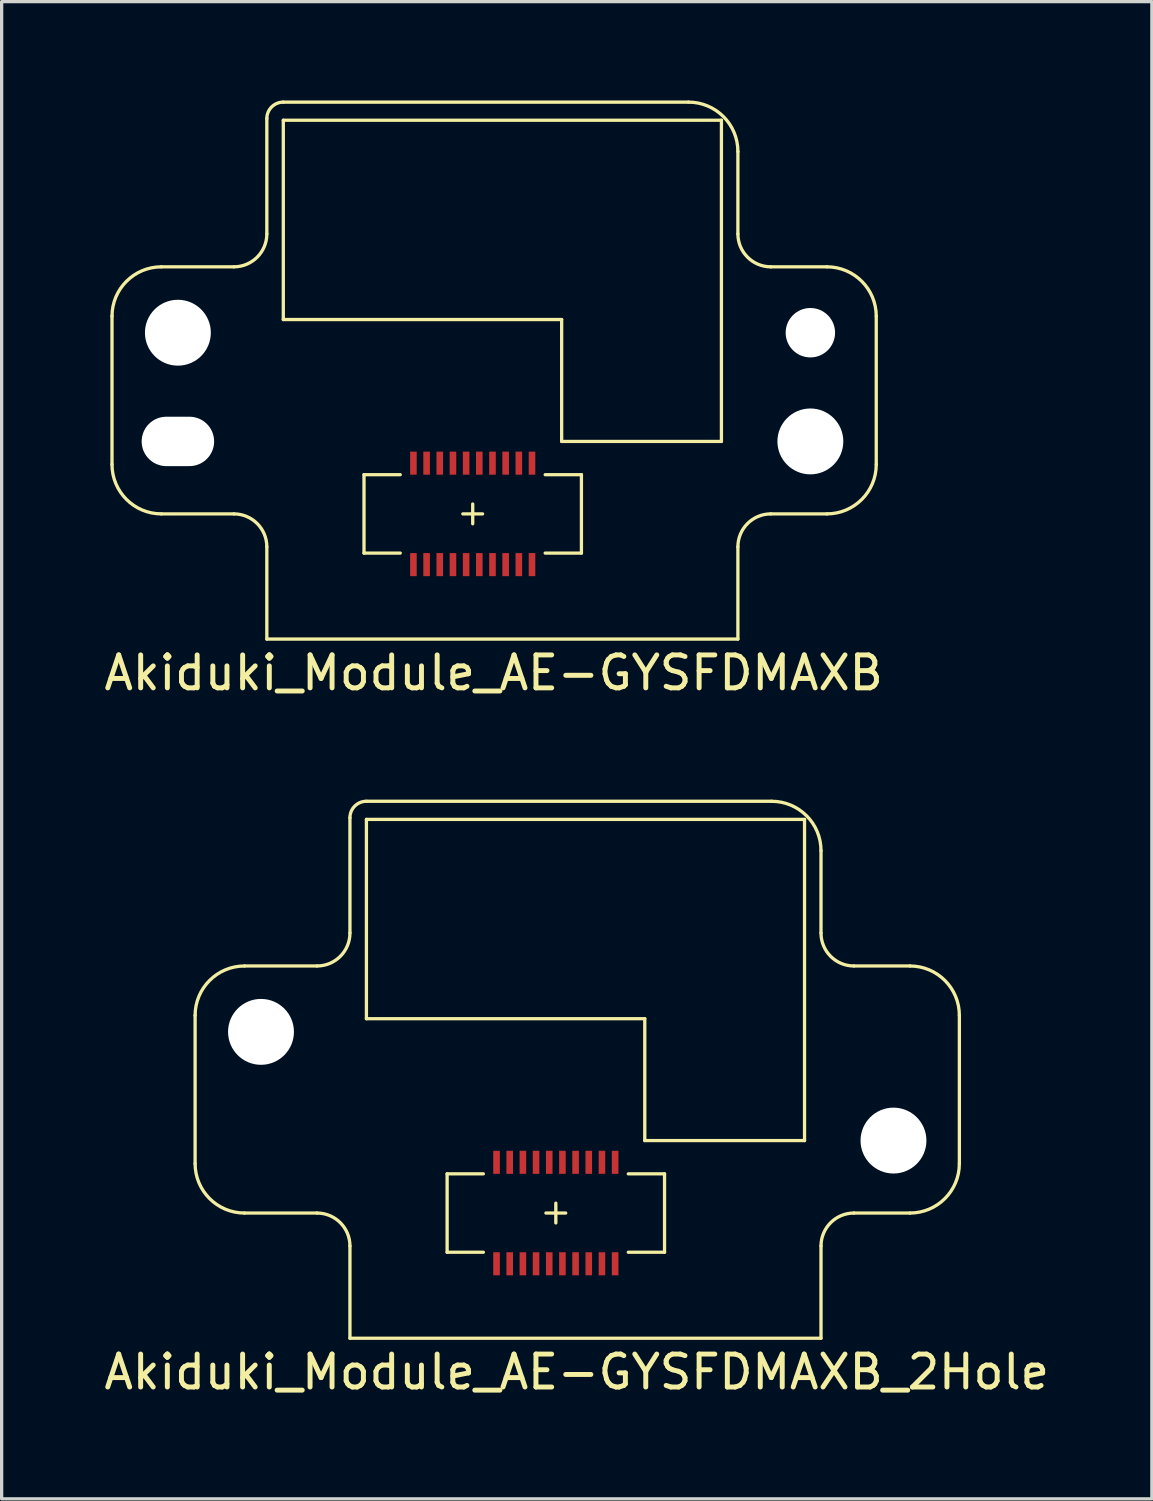
<source format=kicad_pcb>
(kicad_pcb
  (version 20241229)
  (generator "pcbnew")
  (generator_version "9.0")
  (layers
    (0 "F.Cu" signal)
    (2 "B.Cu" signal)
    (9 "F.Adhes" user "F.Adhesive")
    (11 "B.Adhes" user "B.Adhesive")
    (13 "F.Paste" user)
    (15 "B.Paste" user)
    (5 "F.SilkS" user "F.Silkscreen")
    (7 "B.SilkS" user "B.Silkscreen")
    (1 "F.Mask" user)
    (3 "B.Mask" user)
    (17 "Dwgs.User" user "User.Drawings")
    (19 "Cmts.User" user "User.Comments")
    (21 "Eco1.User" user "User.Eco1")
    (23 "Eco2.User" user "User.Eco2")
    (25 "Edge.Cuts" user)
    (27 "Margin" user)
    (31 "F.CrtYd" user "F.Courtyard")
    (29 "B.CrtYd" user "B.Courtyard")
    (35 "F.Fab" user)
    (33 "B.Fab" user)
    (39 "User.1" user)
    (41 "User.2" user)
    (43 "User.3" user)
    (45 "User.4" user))
  (footprint "Akiduki_Module_AE-GYSFDMAXB"
    (layer "F.Cu")
    (at 11.3 12.55)
    (property "Reference" "Akiduki_Module_AE-GYSFDMAXB" (at 0.635 4.826 0) (layer "F.SilkS") (effects (font (size 1 1) (thickness 0.15))))
    (attr through_hole)
    (fp_line (start -10.95 -6) (end -10.95 -1.5) (stroke (width 0.1) (type solid)) (layer "F.SilkS"))
    (fp_line (start -9.45 -7.5) (end -7.25 -7.5) (stroke (width 0.1) (type solid)) (layer "F.SilkS"))
    (fp_line (start -7.25 0) (end -9.45 0) (stroke (width 0.1) (type solid)) (layer "F.SilkS"))
    (fp_line (start -6.25 -12) (end -6.25 -8.5) (stroke (width 0.1) (type solid)) (layer "F.SilkS"))
    (fp_line (start -6.25 3.8) (end -6.25 1) (stroke (width 0.1) (type solid)) (layer "F.SilkS"))
    (fp_line (start -5.75 -12.5) (end 6.55 -12.5) (stroke (width 0.1) (type solid)) (layer "F.SilkS"))
    (fp_line (start -5.75 -11.95) (end 7.55 -11.95) (stroke (width 0.1) (type solid)) (layer "F.SilkS"))
    (fp_line (start -5.75 -5.9) (end -5.75 -11.95) (stroke (width 0.1) (type solid)) (layer "F.SilkS"))
    (fp_line (start -3.3 -1.19) (end -3.3 1.19) (stroke (width 0.1) (type solid)) (layer "F.SilkS"))
    (fp_line (start -3.3 -1.19) (end -2.2 -1.19) (stroke (width 0.1) (type solid)) (layer "F.SilkS"))
    (fp_line (start -3.3 1.19) (end -2.2 1.19) (stroke (width 0.1) (type solid)) (layer "F.SilkS"))
    (fp_line (start 0 -0.3) (end 0 0.3) (stroke (width 0.1) (type solid)) (layer "F.SilkS"))
    (fp_line (start 0.3 0) (end -0.3 0) (stroke (width 0.1) (type solid)) (layer "F.SilkS"))
    (fp_line (start 2.7 -5.9) (end -5.75 -5.9) (stroke (width 0.1) (type solid)) (layer "F.SilkS"))
    (fp_line (start 2.7 -2.2) (end 2.7 -5.9) (stroke (width 0.1) (type solid)) (layer "F.SilkS"))
    (fp_line (start 3.3 -1.19) (end 2.2 -1.19) (stroke (width 0.1) (type solid)) (layer "F.SilkS"))
    (fp_line (start 3.3 -1.19) (end 3.3 1.19) (stroke (width 0.1) (type solid)) (layer "F.SilkS"))
    (fp_line (start 3.3 1.19) (end 2.2 1.19) (stroke (width 0.1) (type solid)) (layer "F.SilkS"))
    (fp_line (start 7.55 -11.95) (end 7.55 -2.2) (stroke (width 0.1) (type solid)) (layer "F.SilkS"))
    (fp_line (start 7.55 -2.2) (end 2.7 -2.2) (stroke (width 0.1) (type solid)) (layer "F.SilkS"))
    (fp_line (start 8.05 -11) (end 8.05 -8.5) (stroke (width 0.1) (type solid)) (layer "F.SilkS"))
    (fp_line (start 8.05 1) (end 8.05 3.8) (stroke (width 0.1) (type solid)) (layer "F.SilkS"))
    (fp_line (start 8.05 3.8) (end -6.25 3.8) (stroke (width 0.1) (type solid)) (layer "F.SilkS"))
    (fp_line (start 9.05 -7.5) (end 10.75 -7.5) (stroke (width 0.1) (type solid)) (layer "F.SilkS"))
    (fp_line (start 10.75 0) (end 9.05 0) (stroke (width 0.1) (type solid)) (layer "F.SilkS"))
    (fp_line (start 12.25 -6) (end 12.25 -1.5) (stroke (width 0.1) (type solid)) (layer "F.SilkS"))
    (fp_arc (start -10.95 -6) (mid -10.51066 -7.06066) (end -9.45 -7.5) (stroke (width 0.1) (type solid)) (layer "F.SilkS"))
    (fp_arc (start -9.45 0) (mid -10.51066 -0.43934) (end -10.95 -1.5) (stroke (width 0.1) (type solid)) (layer "F.SilkS"))
    (fp_arc (start -7.25 0) (mid -6.542893 0.292893) (end -6.25 1) (stroke (width 0.1) (type solid)) (layer "F.SilkS"))
    (fp_arc (start -6.25 -12) (mid -6.103553 -12.353553) (end -5.75 -12.5) (stroke (width 0.1) (type solid)) (layer "F.SilkS"))
    (fp_arc (start -6.25 -8.5) (mid -6.542893 -7.792893) (end -7.25 -7.5) (stroke (width 0.1) (type solid)) (layer "F.SilkS"))
    (fp_arc (start 6.55 -12.5) (mid 7.61066 -12.06066) (end 8.05 -11) (stroke (width 0.1) (type solid)) (layer "F.SilkS"))
    (fp_arc (start 8.05 1) (mid 8.342893 0.292893) (end 9.05 0) (stroke (width 0.1) (type solid)) (layer "F.SilkS"))
    (fp_arc (start 9.05 -7.5) (mid 8.342893 -7.792893) (end 8.05 -8.5) (stroke (width 0.1) (type solid)) (layer "F.SilkS"))
    (fp_arc (start 10.75 -7.5) (mid 11.81066 -7.06066) (end 12.25 -6) (stroke (width 0.1) (type solid)) (layer "F.SilkS"))
    (fp_arc (start 12.25 -1.5) (mid 11.81066 -0.43934) (end 10.75 0) (stroke (width 0.1) (type solid)) (layer "F.SilkS"))
    (pad "" np_thru_hole circle (at -8.95 -5.5) (size 2 2) (drill 2) (layers "*.Cu" "*.Mask"))
    (pad "" np_thru_hole oval (at -8.95 -2.2) (size 2.2 1.5) (drill oval 2.2 1.5) (layers "*.Cu" "*.Mask"))
    (pad "" np_thru_hole circle (at 10.25 -5.5) (size 1.5 1.5) (drill 1.5) (layers "*.Cu" "*.Mask"))
    (pad "" np_thru_hole circle (at 10.25 -2.2) (size 2 2) (drill 2) (layers "*.Cu" "*.Mask"))
    (pad "1" smd rect (at 1.8 1.54) (size 0.2 0.7) (layers "F.Cu" "F.Mask" "F.Paste"))
    (pad "2" smd rect (at 1.8 -1.54) (size 0.2 0.7) (layers "F.Cu" "F.Mask" "F.Paste"))
    (pad "3" smd rect (at 1.4 1.54) (size 0.2 0.7) (layers "F.Cu" "F.Mask" "F.Paste"))
    (pad "4" smd rect (at 1.4 -1.54) (size 0.2 0.7) (layers "F.Cu" "F.Mask" "F.Paste"))
    (pad "5" smd rect (at 1 1.54) (size 0.2 0.7) (layers "F.Cu" "F.Mask" "F.Paste"))
    (pad "6" smd rect (at 1 -1.54) (size 0.2 0.7) (layers "F.Cu" "F.Mask" "F.Paste"))
    (pad "7" smd rect (at 0.6 1.54) (size 0.2 0.7) (layers "F.Cu" "F.Mask" "F.Paste"))
    (pad "8" smd rect (at 0.6 -1.54) (size 0.2 0.7) (layers "F.Cu" "F.Mask" "F.Paste"))
    (pad "9" smd rect (at 0.2 1.54) (size 0.2 0.7) (layers "F.Cu" "F.Mask" "F.Paste"))
    (pad "10" smd rect (at 0.2 -1.54) (size 0.2 0.7) (layers "F.Cu" "F.Mask" "F.Paste"))
    (pad "11" smd rect (at -0.2 1.54) (size 0.2 0.7) (layers "F.Cu" "F.Mask" "F.Paste"))
    (pad "12" smd rect (at -0.2 -1.54) (size 0.2 0.7) (layers "F.Cu" "F.Mask" "F.Paste"))
    (pad "13" smd rect (at -0.6 1.54) (size 0.2 0.7) (layers "F.Cu" "F.Mask" "F.Paste"))
    (pad "14" smd rect (at -0.6 -1.54) (size 0.2 0.7) (layers "F.Cu" "F.Mask" "F.Paste"))
    (pad "15" smd rect (at -1 1.54) (size 0.2 0.7) (layers "F.Cu" "F.Mask" "F.Paste"))
    (pad "16" smd rect (at -1 -1.54) (size 0.2 0.7) (layers "F.Cu" "F.Mask" "F.Paste"))
    (pad "17" smd rect (at -1.4 1.54) (size 0.2 0.7) (layers "F.Cu" "F.Mask" "F.Paste"))
    (pad "18" smd rect (at -1.4 -1.54) (size 0.2 0.7) (layers "F.Cu" "F.Mask" "F.Paste"))
    (pad "19" smd rect (at -1.8 1.54) (size 0.2 0.7) (layers "F.Cu" "F.Mask" "F.Paste"))
    (pad "20" smd rect (at -1.8 -1.54) (size 0.2 0.7) (layers "F.Cu" "F.Mask" "F.Paste")))
  (footprint "Akiduki_Module_AE-GYSFDMAXB_2Hole"
    (layer "F.Cu")
    (at 13.823 33.774)
    (property "Reference" "Akiduki_Module_AE-GYSFDMAXB_2Hole" (at 0.635 4.826 0) (layer "F.SilkS") (effects (font (size 1 1) (thickness 0.15))))
    (attr through_hole)
    (fp_line (start -10.95 -6) (end -10.95 -1.5) (stroke (width 0.1) (type solid)) (layer "F.SilkS"))
    (fp_line (start -9.45 -7.5) (end -7.25 -7.5) (stroke (width 0.1) (type solid)) (layer "F.SilkS"))
    (fp_line (start -7.25 0) (end -9.45 0) (stroke (width 0.1) (type solid)) (layer "F.SilkS"))
    (fp_line (start -6.25 -12) (end -6.25 -8.5) (stroke (width 0.1) (type solid)) (layer "F.SilkS"))
    (fp_line (start -6.25 3.8) (end -6.25 1) (stroke (width 0.1) (type solid)) (layer "F.SilkS"))
    (fp_line (start -5.75 -12.5) (end 6.55 -12.5) (stroke (width 0.1) (type solid)) (layer "F.SilkS"))
    (fp_line (start -5.75 -11.95) (end 7.55 -11.95) (stroke (width 0.1) (type solid)) (layer "F.SilkS"))
    (fp_line (start -5.75 -5.9) (end -5.75 -11.95) (stroke (width 0.1) (type solid)) (layer "F.SilkS"))
    (fp_line (start -3.3 -1.19) (end -3.3 1.19) (stroke (width 0.1) (type solid)) (layer "F.SilkS"))
    (fp_line (start -3.3 -1.19) (end -2.2 -1.19) (stroke (width 0.1) (type solid)) (layer "F.SilkS"))
    (fp_line (start -3.3 1.19) (end -2.2 1.19) (stroke (width 0.1) (type solid)) (layer "F.SilkS"))
    (fp_line (start 0 -0.3) (end 0 0.3) (stroke (width 0.1) (type solid)) (layer "F.SilkS"))
    (fp_line (start 0.3 0) (end -0.3 0) (stroke (width 0.1) (type solid)) (layer "F.SilkS"))
    (fp_line (start 2.7 -5.9) (end -5.75 -5.9) (stroke (width 0.1) (type solid)) (layer "F.SilkS"))
    (fp_line (start 2.7 -2.2) (end 2.7 -5.9) (stroke (width 0.1) (type solid)) (layer "F.SilkS"))
    (fp_line (start 3.3 -1.19) (end 2.2 -1.19) (stroke (width 0.1) (type solid)) (layer "F.SilkS"))
    (fp_line (start 3.3 -1.19) (end 3.3 1.19) (stroke (width 0.1) (type solid)) (layer "F.SilkS"))
    (fp_line (start 3.3 1.19) (end 2.2 1.19) (stroke (width 0.1) (type solid)) (layer "F.SilkS"))
    (fp_line (start 7.55 -11.95) (end 7.55 -2.2) (stroke (width 0.1) (type solid)) (layer "F.SilkS"))
    (fp_line (start 7.55 -2.2) (end 2.7 -2.2) (stroke (width 0.1) (type solid)) (layer "F.SilkS"))
    (fp_line (start 8.05 -11) (end 8.05 -8.5) (stroke (width 0.1) (type solid)) (layer "F.SilkS"))
    (fp_line (start 8.05 1) (end 8.05 3.8) (stroke (width 0.1) (type solid)) (layer "F.SilkS"))
    (fp_line (start 8.05 3.8) (end -6.25 3.8) (stroke (width 0.1) (type solid)) (layer "F.SilkS"))
    (fp_line (start 9.05 -7.5) (end 10.75 -7.5) (stroke (width 0.1) (type solid)) (layer "F.SilkS"))
    (fp_line (start 10.75 0) (end 9.05 0) (stroke (width 0.1) (type solid)) (layer "F.SilkS"))
    (fp_line (start 12.25 -6) (end 12.25 -1.5) (stroke (width 0.1) (type solid)) (layer "F.SilkS"))
    (fp_arc (start -10.95 -6) (mid -10.51066 -7.06066) (end -9.45 -7.5) (stroke (width 0.1) (type solid)) (layer "F.SilkS"))
    (fp_arc (start -9.45 0) (mid -10.51066 -0.43934) (end -10.95 -1.5) (stroke (width 0.1) (type solid)) (layer "F.SilkS"))
    (fp_arc (start -7.25 0) (mid -6.542893 0.292893) (end -6.25 1) (stroke (width 0.1) (type solid)) (layer "F.SilkS"))
    (fp_arc (start -6.25 -12) (mid -6.103553 -12.353553) (end -5.75 -12.5) (stroke (width 0.1) (type solid)) (layer "F.SilkS"))
    (fp_arc (start -6.25 -8.5) (mid -6.542893 -7.792893) (end -7.25 -7.5) (stroke (width 0.1) (type solid)) (layer "F.SilkS"))
    (fp_arc (start 6.55 -12.5) (mid 7.61066 -12.06066) (end 8.05 -11) (stroke (width 0.1) (type solid)) (layer "F.SilkS"))
    (fp_arc (start 8.05 1) (mid 8.342893 0.292893) (end 9.05 0) (stroke (width 0.1) (type solid)) (layer "F.SilkS"))
    (fp_arc (start 9.05 -7.5) (mid 8.342893 -7.792893) (end 8.05 -8.5) (stroke (width 0.1) (type solid)) (layer "F.SilkS"))
    (fp_arc (start 10.75 -7.5) (mid 11.81066 -7.06066) (end 12.25 -6) (stroke (width 0.1) (type solid)) (layer "F.SilkS"))
    (fp_arc (start 12.25 -1.5) (mid 11.81066 -0.43934) (end 10.75 0) (stroke (width 0.1) (type solid)) (layer "F.SilkS"))
    (pad "" np_thru_hole circle (at -8.95 -5.5) (size 2 2) (drill 2) (layers "*.Cu" "*.Mask"))
    (pad "" np_thru_hole circle (at 10.25 -2.2) (size 2 2) (drill 2) (layers "*.Cu" "*.Mask"))
    (pad "1" smd rect (at 1.8 1.54) (size 0.2 0.7) (layers "F.Cu" "F.Mask" "F.Paste"))
    (pad "2" smd rect (at 1.8 -1.54) (size 0.2 0.7) (layers "F.Cu" "F.Mask" "F.Paste"))
    (pad "3" smd rect (at 1.4 1.54) (size 0.2 0.7) (layers "F.Cu" "F.Mask" "F.Paste"))
    (pad "4" smd rect (at 1.4 -1.54) (size 0.2 0.7) (layers "F.Cu" "F.Mask" "F.Paste"))
    (pad "5" smd rect (at 1 1.54) (size 0.2 0.7) (layers "F.Cu" "F.Mask" "F.Paste"))
    (pad "6" smd rect (at 1 -1.54) (size 0.2 0.7) (layers "F.Cu" "F.Mask" "F.Paste"))
    (pad "7" smd rect (at 0.6 1.54) (size 0.2 0.7) (layers "F.Cu" "F.Mask" "F.Paste"))
    (pad "8" smd rect (at 0.6 -1.54) (size 0.2 0.7) (layers "F.Cu" "F.Mask" "F.Paste"))
    (pad "9" smd rect (at 0.2 1.54) (size 0.2 0.7) (layers "F.Cu" "F.Mask" "F.Paste"))
    (pad "10" smd rect (at 0.2 -1.54) (size 0.2 0.7) (layers "F.Cu" "F.Mask" "F.Paste"))
    (pad "11" smd rect (at -0.2 1.54) (size 0.2 0.7) (layers "F.Cu" "F.Mask" "F.Paste"))
    (pad "12" smd rect (at -0.2 -1.54) (size 0.2 0.7) (layers "F.Cu" "F.Mask" "F.Paste"))
    (pad "13" smd rect (at -0.6 1.54) (size 0.2 0.7) (layers "F.Cu" "F.Mask" "F.Paste"))
    (pad "14" smd rect (at -0.6 -1.54) (size 0.2 0.7) (layers "F.Cu" "F.Mask" "F.Paste"))
    (pad "15" smd rect (at -1 1.54) (size 0.2 0.7) (layers "F.Cu" "F.Mask" "F.Paste"))
    (pad "16" smd rect (at -1 -1.54) (size 0.2 0.7) (layers "F.Cu" "F.Mask" "F.Paste"))
    (pad "17" smd rect (at -1.4 1.54) (size 0.2 0.7) (layers "F.Cu" "F.Mask" "F.Paste"))
    (pad "18" smd rect (at -1.4 -1.54) (size 0.2 0.7) (layers "F.Cu" "F.Mask" "F.Paste"))
    (pad "19" smd rect (at -1.8 1.54) (size 0.2 0.7) (layers "F.Cu" "F.Mask" "F.Paste"))
    (pad "20" smd rect (at -1.8 -1.54) (size 0.2 0.7) (layers "F.Cu" "F.Mask" "F.Paste")))
  (gr_rect
    (start -3 -3)
    (end 31.917 42.449)
    (stroke (width 0.1) (type default))
    (fill no)
    (layer "Edge.Cuts")))
</source>
